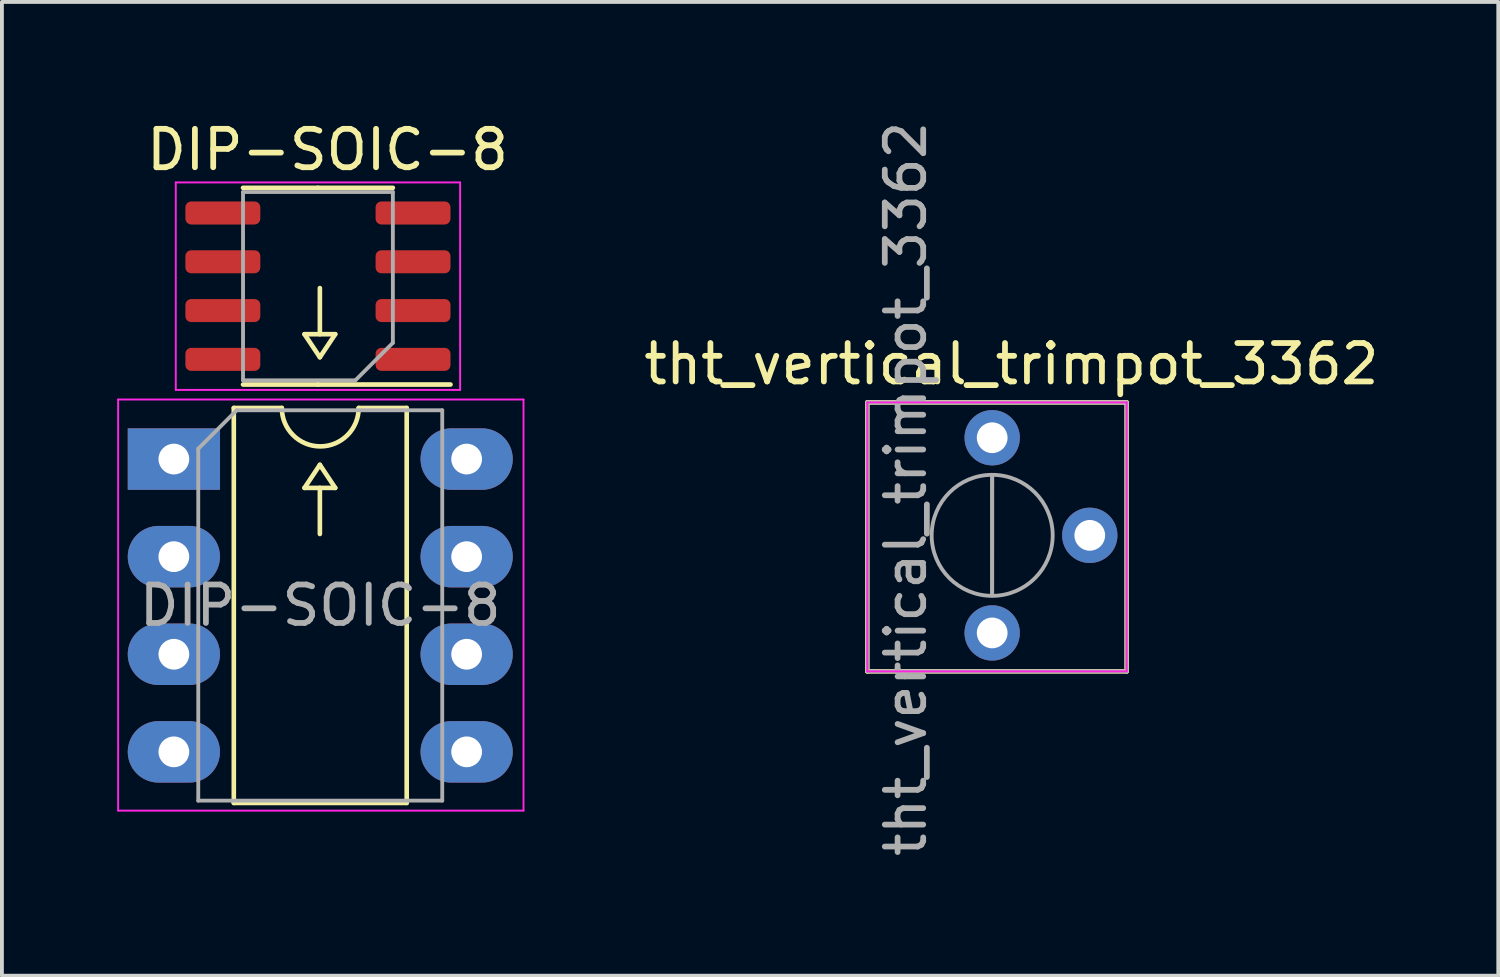
<source format=kicad_pcb>
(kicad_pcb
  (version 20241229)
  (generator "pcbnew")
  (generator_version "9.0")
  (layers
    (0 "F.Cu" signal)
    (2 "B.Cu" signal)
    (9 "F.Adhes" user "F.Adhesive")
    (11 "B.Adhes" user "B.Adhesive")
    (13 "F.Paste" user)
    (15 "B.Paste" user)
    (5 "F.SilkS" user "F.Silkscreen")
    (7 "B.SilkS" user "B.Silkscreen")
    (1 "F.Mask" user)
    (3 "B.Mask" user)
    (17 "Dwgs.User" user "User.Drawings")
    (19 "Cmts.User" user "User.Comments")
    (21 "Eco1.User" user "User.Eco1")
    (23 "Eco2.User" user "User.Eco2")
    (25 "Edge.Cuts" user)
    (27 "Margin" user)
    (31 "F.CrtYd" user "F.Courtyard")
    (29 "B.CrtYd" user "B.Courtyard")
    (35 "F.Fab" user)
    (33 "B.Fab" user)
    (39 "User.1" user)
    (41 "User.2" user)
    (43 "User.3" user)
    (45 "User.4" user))
  (footprint "tht_vertical_trimpot_3362"
    (layer "F.Cu")
    (at 22.773 13.423)
    (property "Reference" "tht_vertical_trimpot_3362" (at 0.5 -7 0) (layer "F.SilkS") (effects (font (size 1 1) (thickness 0.15))))
    (attr through_hole)
    (fp_line (start -3.25 -6) (end -3.25 1) (stroke (width 0.12) (type solid)) (layer "F.SilkS"))
    (fp_line (start -3.25 -6) (end 3.5 -6) (stroke (width 0.12) (type solid)) (layer "F.SilkS"))
    (fp_line (start -3.25 1) (end 3.5 1) (stroke (width 0.12) (type solid)) (layer "F.SilkS"))
    (fp_line (start 3.5 -6) (end 3.5 1) (stroke (width 0.12) (type solid)) (layer "F.SilkS"))
    (fp_line (start -3.25 -6) (end -3.25 1) (stroke (width 0.05) (type solid)) (layer "F.CrtYd"))
    (fp_line (start -3.25 1) (end 3.5 1) (stroke (width 0.05) (type solid)) (layer "F.CrtYd"))
    (fp_line (start 3.5 -6) (end -3.25 -6) (stroke (width 0.05) (type solid)) (layer "F.CrtYd"))
    (fp_line (start 3.5 1) (end 3.5 -6) (stroke (width 0.05) (type solid)) (layer "F.CrtYd"))
    (fp_line (start -3.25 -6) (end -3.25 1) (stroke (width 0.1) (type solid)) (layer "F.Fab"))
    (fp_line (start -3.25 1) (end 3.5 1) (stroke (width 0.1) (type solid)) (layer "F.Fab"))
    (fp_line (start -0.001 -0.98) (end 0 -4.099) (stroke (width 0.1) (type solid)) (layer "F.Fab"))
    (fp_line (start -0.001 -0.98) (end 0 -4.099) (stroke (width 0.1) (type solid)) (layer "F.Fab"))
    (fp_line (start 3.5 -6) (end -3.25 -6) (stroke (width 0.1) (type solid)) (layer "F.Fab"))
    (fp_line (start 3.5 1) (end 3.5 -6) (stroke (width 0.1) (type solid)) (layer "F.Fab"))
    (fp_circle (center 0 -2.54) (end 1.575 -2.54) (stroke (width 0.1) (type solid)) (fill no) (layer "F.Fab"))
    (fp_text user "${REFERENCE}" (at -2.25 -3.75 90) (layer "F.Fab") (effects (font (size 1 1) (thickness 0.15))))
    (pad "1" thru_hole circle (at 0 0) (size 1.44 1.44) (drill 0.8) (layers "*.Cu" "*.Mask"))
    (pad "2" thru_hole circle (at 2.54 -2.54) (size 1.44 1.44) (drill 0.8) (layers "*.Cu" "*.Mask"))
    (pad "3" thru_hole circle (at 0 -5.08) (size 1.44 1.44) (drill 0.8) (layers "*.Cu" "*.Mask")))
  (footprint "DIP-SOIC-8"
    (layer "F.Cu")
    (at 5.175 2.748)
    (property "Reference" "DIP-SOIC-8" (at 0.3 -1.9 0) (layer "F.SilkS") (effects (font (size 1 1) (thickness 0.15))))
    (attr through_hole)
    (fp_line (start -2.14 4.82) (end -2.14 15.1) (stroke (width 0.12) (type solid)) (layer "F.SilkS"))
    (fp_line (start -2.14 15.1) (end 2.36 15.1) (stroke (width 0.12) (type solid)) (layer "F.SilkS"))
    (fp_line (start -0.89 4.82) (end -2.14 4.82) (stroke (width 0.12) (type solid)) (layer "F.SilkS"))
    (fp_line (start -0.3 2.9) (end 0.5 2.9) (stroke (width 0.12) (type solid)) (layer "F.SilkS"))
    (fp_line (start -0.3 6.9) (end 0.1 6.3) (stroke (width 0.12) (type solid)) (layer "F.SilkS"))
    (fp_line (start 0.05 -0.91) (end -1.9 -0.91) (stroke (width 0.12) (type solid)) (layer "F.SilkS"))
    (fp_line (start 0.05 -0.91) (end 2 -0.91) (stroke (width 0.12) (type solid)) (layer "F.SilkS"))
    (fp_line (start 0.05 4.21) (end -1.9 4.21) (stroke (width 0.12) (type solid)) (layer "F.SilkS"))
    (fp_line (start 0.05 4.21) (end 3.5 4.21) (stroke (width 0.12) (type solid)) (layer "F.SilkS"))
    (fp_line (start 0.1 2.9) (end 0.1 1.7) (stroke (width 0.12) (type solid)) (layer "F.SilkS"))
    (fp_line (start 0.1 3.5) (end -0.3 2.9) (stroke (width 0.12) (type solid)) (layer "F.SilkS"))
    (fp_line (start 0.1 6.3) (end 0.5 6.9) (stroke (width 0.12) (type solid)) (layer "F.SilkS"))
    (fp_line (start 0.1 6.9) (end 0.1 8.1) (stroke (width 0.12) (type solid)) (layer "F.SilkS"))
    (fp_line (start 0.5 2.9) (end 0.1 3.5) (stroke (width 0.12) (type solid)) (layer "F.SilkS"))
    (fp_line (start 0.5 6.9) (end -0.3 6.9) (stroke (width 0.12) (type solid)) (layer "F.SilkS"))
    (fp_line (start 2.36 4.82) (end 1.11 4.82) (stroke (width 0.12) (type solid)) (layer "F.SilkS"))
    (fp_line (start 2.36 15.1) (end 2.36 4.82) (stroke (width 0.12) (type solid)) (layer "F.SilkS"))
    (fp_arc (start 1.11 4.82) (mid 0.11 5.82) (end -0.89 4.82) (stroke (width 0.12) (type solid)) (layer "F.SilkS"))
    (fp_line (start -5.15 4.6) (end -5.15 15.3) (stroke (width 0.05) (type solid)) (layer "F.CrtYd"))
    (fp_line (start -5.15 15.3) (end 5.4 15.3) (stroke (width 0.05) (type solid)) (layer "F.CrtYd"))
    (fp_line (start -3.65 -1.05) (end -3.65 4.35) (stroke (width 0.05) (type solid)) (layer "F.CrtYd"))
    (fp_line (start -3.65 4.35) (end 3.75 4.35) (stroke (width 0.05) (type solid)) (layer "F.CrtYd"))
    (fp_line (start 3.75 -1.05) (end -3.65 -1.05) (stroke (width 0.05) (type solid)) (layer "F.CrtYd"))
    (fp_line (start 3.75 4.35) (end 3.75 -1.05) (stroke (width 0.05) (type solid)) (layer "F.CrtYd"))
    (fp_line (start 5.4 4.6) (end -5.15 4.6) (stroke (width 0.05) (type solid)) (layer "F.CrtYd"))
    (fp_line (start 5.4 15.3) (end 5.4 4.6) (stroke (width 0.05) (type solid)) (layer "F.CrtYd"))
    (fp_line (start -3.065 5.88) (end -2.065 4.88) (stroke (width 0.1) (type solid)) (layer "F.Fab"))
    (fp_line (start -3.065 15.04) (end -3.065 5.88) (stroke (width 0.1) (type solid)) (layer "F.Fab"))
    (fp_line (start -2.065 4.88) (end 3.285 4.88) (stroke (width 0.1) (type solid)) (layer "F.Fab"))
    (fp_line (start -1.9 -0.8) (end 2 -0.8) (stroke (width 0.1) (type solid)) (layer "F.Fab"))
    (fp_line (start -1.9 4.1) (end -1.9 -0.8) (stroke (width 0.1) (type solid)) (layer "F.Fab"))
    (fp_line (start 1.025 4.1) (end -1.9 4.1) (stroke (width 0.1) (type solid)) (layer "F.Fab"))
    (fp_line (start 2 -0.8) (end 2 3.125) (stroke (width 0.1) (type solid)) (layer "F.Fab"))
    (fp_line (start 2 3.125) (end 1.025 4.1) (stroke (width 0.1) (type solid)) (layer "F.Fab"))
    (fp_line (start 3.285 4.88) (end 3.285 15.04) (stroke (width 0.1) (type solid)) (layer "F.Fab"))
    (fp_line (start 3.285 15.04) (end -3.065 15.04) (stroke (width 0.1) (type solid)) (layer "F.Fab"))
    (fp_text user "${REFERENCE}" (at 0.11 9.96 0) (layer "F.Fab") (effects (font (size 1 1) (thickness 0.15))))
    (pad "1" thru_hole rect (at -3.7 6.15) (size 2.4 1.6) (drill 0.8) (layers "*.Cu" "*.Mask"))
    (pad "1" smd roundrect (at 2.525 3.555 180) (size 1.95 0.6) (layers "F.Cu" "F.Mask" "F.Paste") (roundrect_rratio 0.25))
    (pad "2" thru_hole oval (at -3.7 8.69) (size 2.4 1.6) (drill 0.8) (layers "*.Cu" "*.Mask"))
    (pad "2" smd roundrect (at 2.525 2.285 180) (size 1.95 0.6) (layers "F.Cu" "F.Mask" "F.Paste") (roundrect_rratio 0.25))
    (pad "3" thru_hole oval (at -3.7 11.23) (size 2.4 1.6) (drill 0.8) (layers "*.Cu" "*.Mask"))
    (pad "3" smd roundrect (at 2.525 1.015 180) (size 1.95 0.6) (layers "F.Cu" "F.Mask" "F.Paste") (roundrect_rratio 0.25))
    (pad "4" thru_hole oval (at -3.7 13.77) (size 2.4 1.6) (drill 0.8) (layers "*.Cu" "*.Mask"))
    (pad "4" smd roundrect (at 2.525 -0.255 180) (size 1.95 0.6) (layers "F.Cu" "F.Mask" "F.Paste") (roundrect_rratio 0.25))
    (pad "5" smd roundrect (at -2.425 -0.255 180) (size 1.95 0.6) (layers "F.Cu" "F.Mask" "F.Paste") (roundrect_rratio 0.25))
    (pad "5" thru_hole oval (at 3.92 13.77) (size 2.4 1.6) (drill 0.8) (layers "*.Cu" "*.Mask"))
    (pad "6" smd roundrect (at -2.425 1.015 180) (size 1.95 0.6) (layers "F.Cu" "F.Mask" "F.Paste") (roundrect_rratio 0.25))
    (pad "6" thru_hole oval (at 3.92 11.23) (size 2.4 1.6) (drill 0.8) (layers "*.Cu" "*.Mask"))
    (pad "7" smd roundrect (at -2.425 2.285 180) (size 1.95 0.6) (layers "F.Cu" "F.Mask" "F.Paste") (roundrect_rratio 0.25))
    (pad "7" thru_hole oval (at 3.92 8.69) (size 2.4 1.6) (drill 0.8) (layers "*.Cu" "*.Mask"))
    (pad "8" smd roundrect (at -2.425 3.555 180) (size 1.95 0.6) (layers "F.Cu" "F.Mask" "F.Paste") (roundrect_rratio 0.25))
    (pad "8" thru_hole oval (at 3.92 6.15) (size 2.4 1.6) (drill 0.8) (layers "*.Cu" "*.Mask")))
  (gr_rect
    (start -3 -3)
    (end 35.945 22.345)
    (stroke (width 0.1) (type default))
    (fill no)
    (layer "Edge.Cuts")))
</source>
